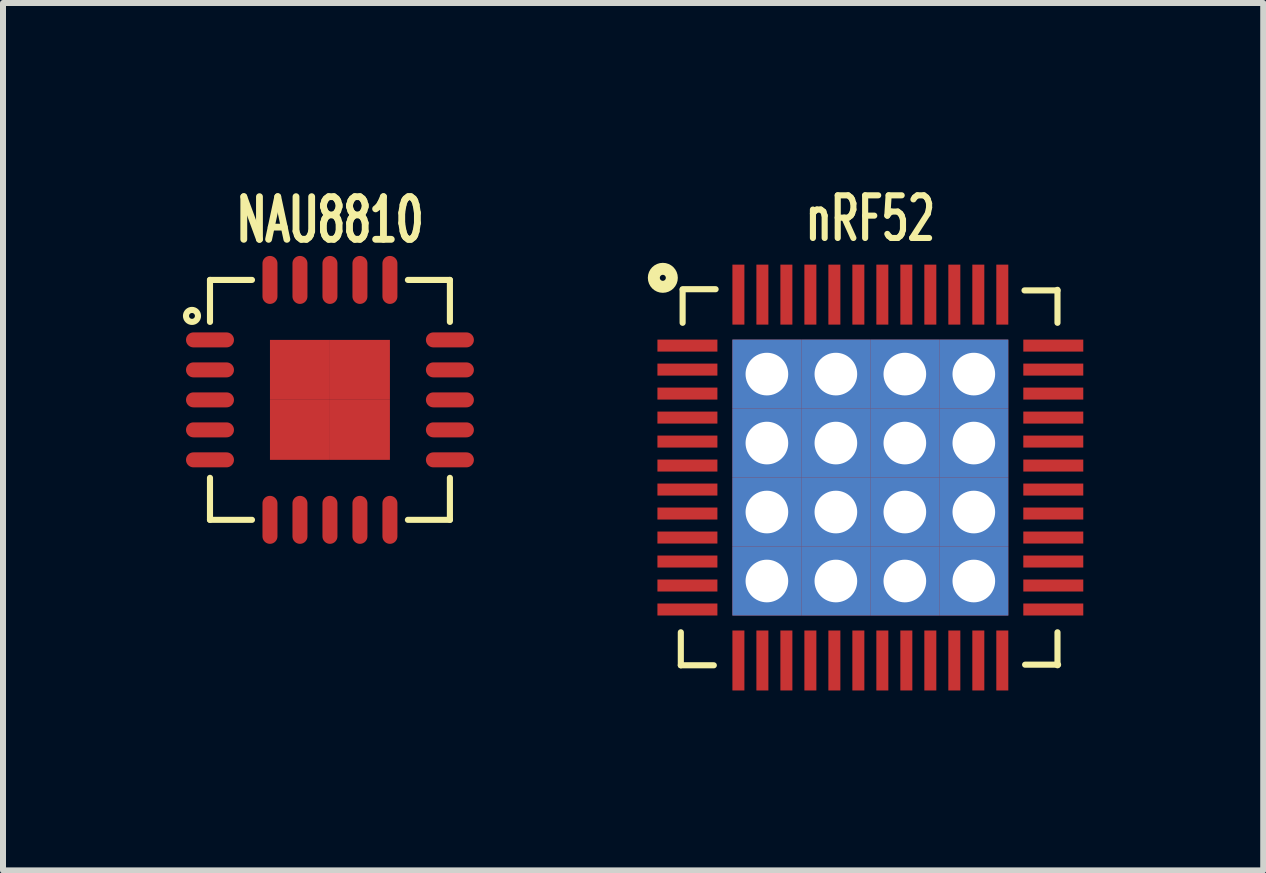
<source format=kicad_pcb>
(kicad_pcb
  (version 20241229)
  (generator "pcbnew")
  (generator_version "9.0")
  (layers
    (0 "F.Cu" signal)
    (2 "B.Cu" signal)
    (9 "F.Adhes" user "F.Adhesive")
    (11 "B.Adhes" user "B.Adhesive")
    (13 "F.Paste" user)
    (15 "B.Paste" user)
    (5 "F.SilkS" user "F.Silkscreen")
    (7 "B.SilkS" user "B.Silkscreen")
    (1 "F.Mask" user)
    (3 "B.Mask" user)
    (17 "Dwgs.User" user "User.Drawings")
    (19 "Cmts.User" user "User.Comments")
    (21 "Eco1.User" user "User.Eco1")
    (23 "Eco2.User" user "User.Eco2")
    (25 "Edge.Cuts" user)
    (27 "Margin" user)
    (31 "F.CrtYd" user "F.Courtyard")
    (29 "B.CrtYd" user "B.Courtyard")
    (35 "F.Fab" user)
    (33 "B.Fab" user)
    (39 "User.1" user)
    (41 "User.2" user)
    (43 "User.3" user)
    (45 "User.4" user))
  (footprint "nRF52"
    (layer "F.Cu")
    (at 11.461 4.912)
    (property "Reference" "nRF52" (at 0 -4.318 0) (layer "F.SilkS") (effects (font (size 0.711 0.457) (thickness 0.102))))
    (attr smd)
    (fp_line (start -3.16 3.13) (end -3.16 2.58) (stroke (width 0.102) (type solid)) (layer "F.SilkS"))
    (fp_line (start -3.16 3.13) (end -2.61 3.13) (stroke (width 0.102) (type solid)) (layer "F.SilkS"))
    (fp_line (start -3.13 -3.14) (end -2.58 -3.14) (stroke (width 0.102) (type solid)) (layer "F.SilkS"))
    (fp_line (start -3.13 -3.13) (end -3.13 -2.58) (stroke (width 0.102) (type solid)) (layer "F.SilkS"))
    (fp_line (start 3.12 -3.13) (end 3.12 -2.58) (stroke (width 0.102) (type solid)) (layer "F.SilkS"))
    (fp_line (start 3.12 -3.12) (end 2.57 -3.12) (stroke (width 0.102) (type solid)) (layer "F.SilkS"))
    (fp_line (start 3.12 3.13) (end 3.12 2.58) (stroke (width 0.102) (type solid)) (layer "F.SilkS"))
    (fp_line (start 3.13 3.12) (end 2.58 3.12) (stroke (width 0.102) (type solid)) (layer "F.SilkS"))
    (fp_circle (center -3.46 -3.33) (end -3.51 -3.33) (stroke (width 0.2) (type solid)) (fill no) (layer "F.SilkS"))
    (pad "1" smd rect (at -3.05 -2.2) (size 1 0.2) (layers "F.Cu" "F.Mask" "F.Paste"))
    (pad "2" smd rect (at -3.05 -1.8) (size 1 0.2) (layers "F.Cu" "F.Mask" "F.Paste"))
    (pad "3" smd rect (at -3.05 -1.4) (size 1 0.2) (layers "F.Cu" "F.Mask" "F.Paste"))
    (pad "4" smd rect (at -3.05 -1) (size 1 0.2) (layers "F.Cu" "F.Mask" "F.Paste"))
    (pad "5" smd rect (at -3.05 -0.6) (size 1 0.2) (layers "F.Cu" "F.Mask" "F.Paste"))
    (pad "6" smd rect (at -3.05 -0.2) (size 1 0.2) (layers "F.Cu" "F.Mask" "F.Paste"))
    (pad "7" smd rect (at -3.05 0.2) (size 1 0.2) (layers "F.Cu" "F.Mask" "F.Paste"))
    (pad "8" smd rect (at -3.05 0.6) (size 1 0.2) (layers "F.Cu" "F.Mask" "F.Paste"))
    (pad "9" smd rect (at -3.05 1) (size 1 0.2) (layers "F.Cu" "F.Mask" "F.Paste"))
    (pad "10" smd rect (at -3.05 1.4) (size 1 0.2) (layers "F.Cu" "F.Mask" "F.Paste"))
    (pad "11" smd rect (at -3.05 1.8) (size 1 0.2) (layers "F.Cu" "F.Mask" "F.Paste"))
    (pad "12" smd rect (at -3.05 2.2) (size 1 0.2) (layers "F.Cu" "F.Mask" "F.Paste"))
    (pad "13" smd rect (at -2.2 3.05 90) (size 1 0.2) (layers "F.Cu" "F.Mask" "F.Paste"))
    (pad "14" smd rect (at -1.8 3.05 90) (size 1 0.2) (layers "F.Cu" "F.Mask" "F.Paste"))
    (pad "15" smd rect (at -1.4 3.05 90) (size 1 0.2) (layers "F.Cu" "F.Mask" "F.Paste"))
    (pad "16" smd rect (at -1 3.05 90) (size 1 0.2) (layers "F.Cu" "F.Mask" "F.Paste"))
    (pad "17" smd rect (at -0.6 3.05 90) (size 1 0.2) (layers "F.Cu" "F.Mask" "F.Paste"))
    (pad "18" smd rect (at -0.2 3.05 90) (size 1 0.2) (layers "F.Cu" "F.Mask" "F.Paste"))
    (pad "19" smd rect (at 0.2 3.05 90) (size 1 0.2) (layers "F.Cu" "F.Mask" "F.Paste"))
    (pad "20" smd rect (at 0.6 3.05 90) (size 1 0.2) (layers "F.Cu" "F.Mask" "F.Paste"))
    (pad "21" smd rect (at 1 3.05 90) (size 1 0.2) (layers "F.Cu" "F.Mask" "F.Paste"))
    (pad "22" smd rect (at 1.4 3.05 90) (size 1 0.2) (layers "F.Cu" "F.Mask" "F.Paste"))
    (pad "23" smd rect (at 1.8 3.05 90) (size 1 0.2) (layers "F.Cu" "F.Mask" "F.Paste"))
    (pad "24" smd rect (at 2.2 3.05 90) (size 1 0.2) (layers "F.Cu" "F.Mask" "F.Paste"))
    (pad "25" smd rect (at 3.05 2.2) (size 1 0.2) (layers "F.Cu" "F.Mask" "F.Paste"))
    (pad "26" smd rect (at 3.05 1.8) (size 1 0.2) (layers "F.Cu" "F.Mask" "F.Paste"))
    (pad "27" smd rect (at 3.05 1.4) (size 1 0.2) (layers "F.Cu" "F.Mask" "F.Paste"))
    (pad "28" smd rect (at 3.05 1) (size 1 0.2) (layers "F.Cu" "F.Mask" "F.Paste"))
    (pad "29" smd rect (at 3.05 0.6) (size 1 0.2) (layers "F.Cu" "F.Mask" "F.Paste"))
    (pad "30" smd rect (at 3.05 0.2) (size 1 0.2) (layers "F.Cu" "F.Mask" "F.Paste"))
    (pad "31" smd rect (at 3.05 -0.2) (size 1 0.2) (layers "F.Cu" "F.Mask" "F.Paste"))
    (pad "32" smd rect (at 3.05 -0.6) (size 1 0.2) (layers "F.Cu" "F.Mask" "F.Paste"))
    (pad "33" smd rect (at 3.05 -1) (size 1 0.2) (layers "F.Cu" "F.Mask" "F.Paste"))
    (pad "34" smd rect (at 3.05 -1.4) (size 1 0.2) (layers "F.Cu" "F.Mask" "F.Paste"))
    (pad "35" smd rect (at 3.05 -1.8) (size 1 0.2) (layers "F.Cu" "F.Mask" "F.Paste"))
    (pad "36" smd rect (at 3.05 -2.2) (size 1 0.2) (layers "F.Cu" "F.Mask" "F.Paste"))
    (pad "37" smd rect (at 2.2 -3.05 90) (size 1 0.2) (layers "F.Cu" "F.Mask" "F.Paste"))
    (pad "38" smd rect (at 1.8 -3.05 90) (size 1 0.2) (layers "F.Cu" "F.Mask" "F.Paste"))
    (pad "39" smd rect (at 1.4 -3.05 90) (size 1 0.2) (layers "F.Cu" "F.Mask" "F.Paste"))
    (pad "40" smd rect (at 1 -3.05 90) (size 1 0.2) (layers "F.Cu" "F.Mask" "F.Paste"))
    (pad "41" smd rect (at 0.6 -3.05 90) (size 1 0.2) (layers "F.Cu" "F.Mask" "F.Paste"))
    (pad "42" smd rect (at 0.2 -3.05 90) (size 1 0.2) (layers "F.Cu" "F.Mask" "F.Paste"))
    (pad "43" smd rect (at -0.2 -3.05 90) (size 1 0.2) (layers "F.Cu" "F.Mask" "F.Paste"))
    (pad "44" smd rect (at -0.6 -3.05 90) (size 1 0.2) (layers "F.Cu" "F.Mask" "F.Paste"))
    (pad "45" smd rect (at -1 -3.05 90) (size 1 0.2) (layers "F.Cu" "F.Mask" "F.Paste"))
    (pad "46" smd rect (at -1.4 -3.05 90) (size 1 0.2) (layers "F.Cu" "F.Mask" "F.Paste"))
    (pad "47" smd rect (at -1.8 -3.05 90) (size 1 0.2) (layers "F.Cu" "F.Mask" "F.Paste"))
    (pad "48" smd rect (at -2.2 -3.05 90) (size 1 0.2) (layers "F.Cu" "F.Mask" "F.Paste"))
    (pad "49" thru_hole rect (at -1.725 -1.725) (size 1.15 1.15) (drill 0.711) (layers "*.Cu" "*.Mask" "F.Paste"))
    (pad "49" thru_hole rect (at -1.725 -0.575) (size 1.15 1.15) (drill 0.711) (layers "*.Cu" "*.Mask" "F.Paste"))
    (pad "49" thru_hole rect (at -1.725 0.575) (size 1.15 1.15) (drill 0.711) (layers "*.Cu" "*.Mask" "F.Paste"))
    (pad "49" thru_hole rect (at -1.725 1.725) (size 1.15 1.15) (drill 0.711) (layers "*.Cu" "*.Mask" "F.Paste"))
    (pad "49" thru_hole rect (at -0.575 -1.725) (size 1.15 1.15) (drill 0.711) (layers "*.Cu" "*.Mask" "F.Paste"))
    (pad "49" thru_hole rect (at -0.575 -0.575) (size 1.15 1.15) (drill 0.711) (layers "*.Cu" "*.Mask" "F.Paste"))
    (pad "49" thru_hole rect (at -0.575 0.575) (size 1.15 1.15) (drill 0.711) (layers "*.Cu" "*.Mask" "F.Paste"))
    (pad "49" thru_hole rect (at -0.575 1.725) (size 1.15 1.15) (drill 0.711) (layers "*.Cu" "*.Mask" "F.Paste"))
    (pad "49" thru_hole rect (at 0.575 -1.725) (size 1.15 1.15) (drill 0.711) (layers "*.Cu" "*.Mask" "F.Paste"))
    (pad "49" thru_hole rect (at 0.575 -0.575) (size 1.15 1.15) (drill 0.711) (layers "*.Cu" "*.Mask" "F.Paste"))
    (pad "49" thru_hole rect (at 0.575 0.575) (size 1.15 1.15) (drill 0.711) (layers "*.Cu" "*.Mask" "F.Paste"))
    (pad "49" thru_hole rect (at 0.575 1.725) (size 1.15 1.15) (drill 0.711) (layers "*.Cu" "*.Mask" "F.Paste"))
    (pad "49" thru_hole rect (at 1.725 -1.725) (size 1.15 1.15) (drill 0.711) (layers "*.Cu" "*.Mask" "F.Paste"))
    (pad "49" thru_hole rect (at 1.725 -0.575) (size 1.15 1.15) (drill 0.711) (layers "*.Cu" "*.Mask" "F.Paste"))
    (pad "49" thru_hole rect (at 1.725 0.575) (size 1.15 1.15) (drill 0.711) (layers "*.Cu" "*.Mask" "F.Paste"))
    (pad "49" thru_hole rect (at 1.725 1.725) (size 1.15 1.15) (drill 0.711) (layers "*.Cu" "*.Mask" "F.Paste")))
  (footprint "NAU8810"
    (layer "F.Cu")
    (at 2.451 3.617)
    (property "Reference" "NAU8810" (at 0 -3 0) (layer "F.SilkS") (effects (font (size 0.711 0.457) (thickness 0.114))))
    (attr smd)
    (fp_line (start -2 -2) (end -2 -1.3) (stroke (width 0.102) (type solid)) (layer "F.SilkS"))
    (fp_line (start -2 -2) (end -1.3 -2) (stroke (width 0.102) (type solid)) (layer "F.SilkS"))
    (fp_line (start -2 2) (end -2 1.3) (stroke (width 0.102) (type solid)) (layer "F.SilkS"))
    (fp_line (start -2 2) (end -1.3 2) (stroke (width 0.102) (type solid)) (layer "F.SilkS"))
    (fp_line (start 2 -2) (end 1.3 -2) (stroke (width 0.102) (type solid)) (layer "F.SilkS"))
    (fp_line (start 2 -2) (end 2 -1.3) (stroke (width 0.102) (type solid)) (layer "F.SilkS"))
    (fp_line (start 2 2) (end 1.3 2) (stroke (width 0.102) (type solid)) (layer "F.SilkS"))
    (fp_line (start 2 2) (end 2 1.3) (stroke (width 0.102) (type solid)) (layer "F.SilkS"))
    (fp_circle (center -2.3 -1.4) (end -2.3 -1.5) (stroke (width 0.102) (type solid)) (fill no) (layer "F.SilkS"))
    (pad "1" smd oval (at -2 -1 90) (size 0.25 0.8) (layers "F.Cu" "F.Mask" "F.Paste"))
    (pad "2" smd oval (at -2 -0.5 90) (size 0.25 0.8) (layers "F.Cu" "F.Mask" "F.Paste"))
    (pad "3" smd oval (at -2 0 90) (size 0.25 0.8) (layers "F.Cu" "F.Mask" "F.Paste"))
    (pad "4" smd oval (at -2 0.5 90) (size 0.25 0.8) (layers "F.Cu" "F.Mask" "F.Paste"))
    (pad "5" smd oval (at -2 1 90) (size 0.25 0.8) (layers "F.Cu" "F.Mask" "F.Paste"))
    (pad "6" smd oval (at -1 2) (size 0.25 0.8) (layers "F.Cu" "F.Mask" "F.Paste"))
    (pad "7" smd oval (at -0.5 2) (size 0.25 0.8) (layers "F.Cu" "F.Mask" "F.Paste"))
    (pad "8" smd oval (at 0 2) (size 0.25 0.8) (layers "F.Cu" "F.Mask" "F.Paste"))
    (pad "9" smd oval (at 0.5 2) (size 0.25 0.8) (layers "F.Cu" "F.Mask" "F.Paste"))
    (pad "10" smd oval (at 1 2) (size 0.25 0.8) (layers "F.Cu" "F.Mask" "F.Paste"))
    (pad "11" smd oval (at 2 1 90) (size 0.25 0.8) (layers "F.Cu" "F.Mask" "F.Paste"))
    (pad "12" smd oval (at 2 0.5 90) (size 0.25 0.8) (layers "F.Cu" "F.Mask" "F.Paste"))
    (pad "13" smd oval (at 2 0 90) (size 0.25 0.8) (layers "F.Cu" "F.Mask" "F.Paste"))
    (pad "14" smd oval (at 2 -0.5 90) (size 0.25 0.8) (layers "F.Cu" "F.Mask" "F.Paste"))
    (pad "15" smd oval (at 2 -1 90) (size 0.25 0.8) (layers "F.Cu" "F.Mask" "F.Paste"))
    (pad "16" smd oval (at 1 -2) (size 0.25 0.8) (layers "F.Cu" "F.Mask" "F.Paste"))
    (pad "17" smd oval (at 0.5 -2) (size 0.25 0.8) (layers "F.Cu" "F.Mask" "F.Paste"))
    (pad "18" smd oval (at 0 -2) (size 0.25 0.8) (layers "F.Cu" "F.Mask" "F.Paste"))
    (pad "19" smd oval (at -0.5 -2) (size 0.25 0.8) (layers "F.Cu" "F.Mask" "F.Paste"))
    (pad "20" smd oval (at -1 -2) (size 0.25 0.8) (layers "F.Cu" "F.Mask" "F.Paste"))
    (pad "21" smd rect (at -0.5 -0.5) (size 1 1) (layers "F.Cu" "F.Mask" "F.Paste"))
    (pad "21" smd rect (at -0.5 0.5) (size 1 1) (layers "F.Cu" "F.Mask" "F.Paste"))
    (pad "21" smd rect (at 0.5 -0.5) (size 1 1) (layers "F.Cu" "F.Mask" "F.Paste"))
    (pad "21" smd rect (at 0.5 0.5) (size 1 1) (layers "F.Cu" "F.Mask" "F.Paste")))
  (gr_rect
    (start -3 -3)
    (end 18.011 11.462)
    (stroke (width 0.1) (type default))
    (fill no)
    (layer "Edge.Cuts")))
</source>
